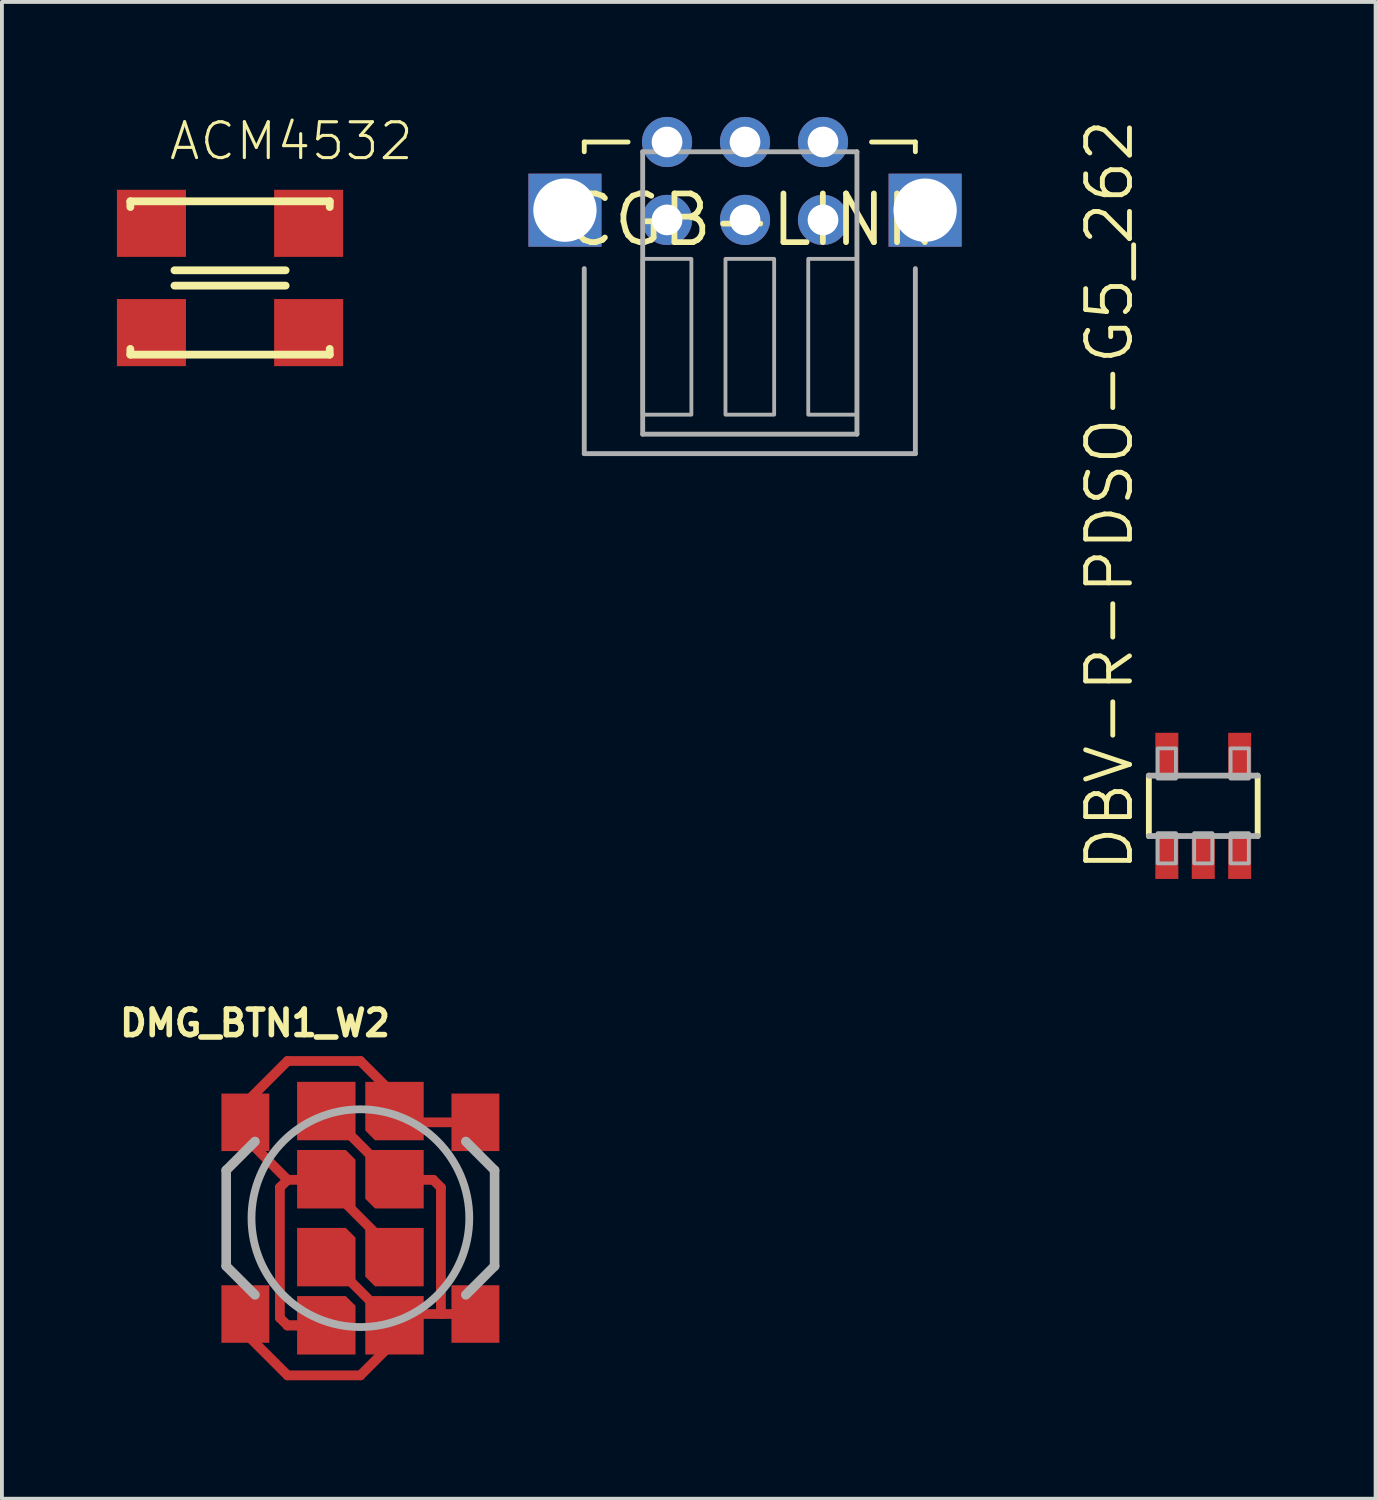
<source format=kicad_pcb>
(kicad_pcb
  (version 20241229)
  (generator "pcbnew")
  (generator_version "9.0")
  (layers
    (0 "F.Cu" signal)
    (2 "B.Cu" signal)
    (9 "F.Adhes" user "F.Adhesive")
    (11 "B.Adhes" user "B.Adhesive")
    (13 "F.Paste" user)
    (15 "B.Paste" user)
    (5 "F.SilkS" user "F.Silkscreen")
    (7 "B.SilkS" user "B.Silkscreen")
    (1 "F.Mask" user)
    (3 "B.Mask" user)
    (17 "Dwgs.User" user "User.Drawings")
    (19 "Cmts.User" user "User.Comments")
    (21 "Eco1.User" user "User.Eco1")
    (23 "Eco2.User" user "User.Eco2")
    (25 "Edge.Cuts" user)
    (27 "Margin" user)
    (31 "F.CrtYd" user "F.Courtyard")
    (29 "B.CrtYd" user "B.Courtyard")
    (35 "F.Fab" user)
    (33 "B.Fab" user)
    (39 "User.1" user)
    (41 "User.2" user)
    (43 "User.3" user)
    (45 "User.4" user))
  (footprint "DMG_BTN1_W2"
    (layer "F.Cu")
    (at 6.35 28.723)
    (property "Reference" "DMG_BTN1_W2" (at -6.35 -4.699 0) (unlocked yes) (layer "F.SilkS") (effects (font (size 0.666 0.666) (thickness 0.146)) (justify left bottom)))
    (fp_line (start -3.25 2.75) (end -1.9 4.1) (stroke (width 0.254) (type solid)) (layer "F.Cu"))
    (fp_line (start -3 -3) (end -3 -2.9) (stroke (width 0.254) (type solid)) (layer "F.Cu"))
    (fp_line (start -2.9 -2) (end -3 -2) (stroke (width 0.254) (type solid)) (layer "F.Cu"))
    (fp_line (start -2.1 -0.8) (end -1.9 -1) (stroke (width 0.254) (type solid)) (layer "F.Cu"))
    (fp_line (start -2.1 2.6) (end -2.1 -0.8) (stroke (width 0.254) (type solid)) (layer "F.Cu"))
    (fp_line (start -1.9 -4.1) (end -3 -3) (stroke (width 0.254) (type solid)) (layer "F.Cu"))
    (fp_line (start -1.9 -4.1) (end 0 -4.1) (stroke (width 0.254) (type solid)) (layer "F.Cu"))
    (fp_line (start -1.9 -1) (end -2.9 -2) (stroke (width 0.254) (type solid)) (layer "F.Cu"))
    (fp_line (start -1.9 -1) (end -1 -1) (stroke (width 0.254) (type solid)) (layer "F.Cu"))
    (fp_line (start -1.9 2.8) (end -2.1 2.6) (stroke (width 0.254) (type solid)) (layer "F.Cu"))
    (fp_line (start -1.9 4.1) (end 0 4.1) (stroke (width 0.254) (type solid)) (layer "F.Cu"))
    (fp_line (start -1.397 2.794) (end -1.905 2.794) (stroke (width 0.254) (type solid)) (layer "F.Cu"))
    (fp_line (start -0.9 2.8) (end -1.9 2.8) (stroke (width 0.254) (type solid)) (layer "F.Cu"))
    (fp_line (start 0 -4.1) (end 1.1 -3) (stroke (width 0.254) (type solid)) (layer "F.Cu"))
    (fp_line (start 0 4.1) (end 0.9 3.2) (stroke (width 0.254) (type solid)) (layer "F.Cu"))
    (fp_line (start 0.33 0.33) (end -0.432 -0.432) (stroke (width 0.254) (type solid)) (layer "F.Cu"))
    (fp_line (start 0.381 -1.524) (end -0.381 -2.286) (stroke (width 0.254) (type solid)) (layer "F.Cu"))
    (fp_line (start 0.381 2.286) (end -0.381 1.524) (stroke (width 0.254) (type solid)) (layer "F.Cu"))
    (fp_line (start 0.9 3.2) (end 0.9 2.8) (stroke (width 0.254) (type solid)) (layer "F.Cu"))
    (fp_line (start 1 3.25) (end 1 3) (stroke (width 0.254) (type solid)) (layer "F.Cu"))
    (fp_line (start 1.9 -1) (end 0.9 -1) (stroke (width 0.254) (type solid)) (layer "F.Cu"))
    (fp_line (start 2.1 -0.8) (end 1.9 -1) (stroke (width 0.254) (type solid)) (layer "F.Cu"))
    (fp_line (start 2.1 -0.8) (end 2.1 2.5) (stroke (width 0.254) (type solid)) (layer "F.Cu"))
    (fp_line (start 2.1 2.5) (end 1.2 2.5) (stroke (width 0.254) (type solid)) (layer "F.Cu"))
    (fp_line (start 2.1 2.5) (end 3 2.5) (stroke (width 0.254) (type solid)) (layer "F.Cu"))
    (fp_line (start 3 -2.5) (end 0.9 -2.5) (stroke (width 0.254) (type solid)) (layer "F.Cu"))
    (fp_poly (pts (xy -3.625 3.25) (xy -2.375 3.25) (xy -2.375 1.75) (xy -3.625 1.75)) (stroke (width 0) (type default)) (fill yes) (layer "F.Cu"))
    (fp_poly (pts (xy -0.127 -2.032) (xy -0.127 -3.556) (xy -1.651 -3.556) (xy -1.651 -2.032)) (stroke (width 0) (type default)) (fill yes) (layer "F.Cu"))
    (fp_poly (pts (xy 1.651 3.556) (xy 1.651 2.032) (xy 0.127 2.032) (xy 0.127 3.556)) (stroke (width 0) (type default)) (fill yes) (layer "F.Cu"))
    (fp_poly (pts (xy -0.127 -1.524) (xy -0.127 -0.254) (xy -1.651 -0.254) (xy -1.651 -1.778) (xy -0.381 -1.778)) (stroke (width 0) (type default)) (fill yes) (layer "F.Cu"))
    (fp_poly (pts (xy -0.127 0.508) (xy -0.127 1.778) (xy -1.651 1.778) (xy -1.651 0.254) (xy -0.381 0.254)) (stroke (width 0) (type default)) (fill yes) (layer "F.Cu"))
    (fp_poly (pts (xy -0.127 2.286) (xy -0.127 3.556) (xy -1.651 3.556) (xy -1.651 2.032) (xy -0.381 2.032)) (stroke (width 0) (type default)) (fill yes) (layer "F.Cu"))
    (fp_poly (pts (xy 1.651 -2.032) (xy 0.381 -2.032) (xy 0.127 -2.286) (xy 0.127 -3.556) (xy 1.651 -3.556)) (stroke (width 0) (type default)) (fill yes) (layer "F.Cu"))
    (fp_poly (pts (xy 1.651 -0.254) (xy 0.381 -0.254) (xy 0.127 -0.508) (xy 0.127 -1.778) (xy 1.651 -1.778)) (stroke (width 0) (type default)) (fill yes) (layer "F.Cu"))
    (fp_poly (pts (xy 1.651 1.778) (xy 0.381 1.778) (xy 0.127 1.524) (xy 0.127 0.254) (xy 1.651 0.254)) (stroke (width 0) (type default)) (fill yes) (layer "F.Cu"))
    (fp_poly (pts (xy -3.715 3.35) (xy -2.27 3.35) (xy -2.27 1.648) (xy -3.715 1.648)) (stroke (width 0) (type default)) (fill yes) (layer "F.Mask"))
    (fp_poly (pts (xy 1.905 3.81) (xy 1.905 -3.81) (xy -1.905 -3.81) (xy -1.905 3.81)) (stroke (width 0) (type default)) (fill yes) (layer "F.Mask"))
    (fp_line (start -3.5 -1.25) (end -3.5 1.25) (stroke (width 0.25) (type solid)) (layer "F.Fab"))
    (fp_line (start -3.5 1.25) (end -2.75 2) (stroke (width 0.25) (type solid)) (layer "F.Fab"))
    (fp_line (start -2.75 -2) (end -3.5 -1.25) (stroke (width 0.25) (type solid)) (layer "F.Fab"))
    (fp_line (start 2.75 -2) (end 3.5 -1.25) (stroke (width 0.25) (type solid)) (layer "F.Fab"))
    (fp_line (start 3.5 -1.25) (end 3.5 1.25) (stroke (width 0.25) (type solid)) (layer "F.Fab"))
    (fp_line (start 3.5 1.25) (end 2.75 2) (stroke (width 0.25) (type solid)) (layer "F.Fab"))
    (fp_circle (center 0 0) (end 2.84 0) (stroke (width 0.203) (type solid)) (fill no) (layer "F.Fab"))
    (pad "P$1" smd rect (at -3 -2.5) (size 1.25 1.5) (layers "F.Cu" "F.Mask" "F.Paste"))
    (pad "P$2" smd rect (at 0 4.07) (size 0.05 0.05) (layers "F.Cu"))
    (pad "P$3" smd rect (at 3 -2.5) (size 1.25 1.5) (layers "F.Cu" "F.Mask" "F.Paste"))
    (pad "P$4" smd rect (at 3 2.5) (size 1.25 1.5) (layers "F.Cu" "F.Mask" "F.Paste"))
    (zone (net_name "") (layer "F.Cu") (hatch edge 0.5) (connect_pads) (min_thickness 0.25) (filled_areas_thickness no) (keepout (tracks not_allowed) (vias not_allowed) (pads not_allowed) (copperpour not_allowed) (footprints allowed)) (placement (enabled no)) (fill) (polygon (pts (xy 2.35 27.223) (xy 2.35 28.723) (xy 4.35 28.723) (xy 4.35 27.223))))
    (zone (net_name "") (layer "F.Cu") (hatch edge 0.5) (connect_pads) (min_thickness 0.25) (filled_areas_thickness no) (keepout (tracks not_allowed) (vias not_allowed) (pads not_allowed) (copperpour not_allowed) (footprints allowed)) (placement (enabled no)) (fill) (polygon (pts (xy 2.35 28.723) (xy 2.35 30.223) (xy 4.35 30.223) (xy 4.35 28.723))))
    (zone (net_name "") (layer "F.Cu") (hatch edge 0.5) (connect_pads) (min_thickness 0.25) (filled_areas_thickness no) (keepout (tracks not_allowed) (vias not_allowed) (pads not_allowed) (copperpour not_allowed) (footprints allowed)) (placement (enabled no)) (fill) (polygon (pts (xy 2.85 25.623) (xy 9.85 25.623) (xy 9.85 31.823) (xy 2.85 31.823))))
    (zone (net_name "") (layer "F.Cu") (hatch edge 0.5) (connect_pads) (min_thickness 0.25) (filled_areas_thickness no) (keepout (tracks not_allowed) (vias not_allowed) (pads not_allowed) (copperpour not_allowed) (footprints allowed)) (placement (enabled no)) (fill) (polygon (pts (xy 8.35 27.223) (xy 8.35 28.723) (xy 10.35 28.723) (xy 10.35 27.223))))
    (zone (net_name "") (layer "F.Cu") (hatch edge 0.5) (connect_pads) (min_thickness 0.25) (filled_areas_thickness no) (keepout (tracks not_allowed) (vias not_allowed) (pads not_allowed) (copperpour not_allowed) (footprints allowed)) (placement (enabled no)) (fill) (polygon (pts (xy 8.35 28.723) (xy 8.35 30.223) (xy 10.35 30.223) (xy 10.35 28.723))))
    (zone (net_name "") (layer "F.Cu") (hatch edge 0.5) (connect_pads) (min_thickness 0.25) (filled_areas_thickness no) (keepout (tracks not_allowed) (vias not_allowed) (pads not_allowed) (copperpour not_allowed) (footprints allowed)) (placement (enabled no)) (fill) (polygon (pts (xy 2.54 26.183) (xy 2.54 25.294) (xy 10.16 25.294) (xy 10.16 32.152) (xy 2.54 32.152))))
    (zone (net_name "") (layer "F.Cu") (hatch edge 0.5) (connect_pads) (min_thickness 0.25) (filled_areas_thickness no) (keepout (tracks not_allowed) (vias not_allowed) (pads not_allowed) (copperpour not_allowed) (footprints allowed)) (placement (enabled no)) (fill) (polygon (pts (xy 2.54 26.183) (xy 4.318 24.405) (xy 8.382 24.405) (xy 10.16 26.183) (xy 10.16 27.453) (xy 2.54 27.453))))
    (zone (net_name "") (layer "F.Cu") (hatch edge 0.5) (connect_pads) (min_thickness 0.25) (filled_areas_thickness no) (keepout (tracks not_allowed) (vias not_allowed) (pads not_allowed) (copperpour not_allowed) (footprints allowed)) (placement (enabled no)) (fill) (polygon (pts (xy 10.16 31.263) (xy 8.382 33.041) (xy 4.318 33.041) (xy 2.54 31.263) (xy 2.54 29.993) (xy 10.16 29.993)))))
  (footprint "ACM4532"
    (layer "F.Cu")
    (at 2.95 4.2)
    (property "Reference" "ACM4532" (at -1.639 -3.021 0) (unlocked yes) (layer "F.SilkS") (effects (font (size 0.935 0.935) (thickness 0.081)) (justify left bottom)))
    (fp_line (start -2.6 -2) (end 2.6 -2) (stroke (width 0.203) (type solid)) (layer "F.SilkS"))
    (fp_line (start -2.6 -1.85) (end -2.6 -2) (stroke (width 0.203) (type solid)) (layer "F.SilkS"))
    (fp_line (start -2.6 2) (end -2.6 1.85) (stroke (width 0.203) (type solid)) (layer "F.SilkS"))
    (fp_line (start -1.45 -0.2) (end 1.45 -0.2) (stroke (width 0.203) (type solid)) (layer "F.SilkS"))
    (fp_line (start 1.45 0.2) (end -1.45 0.2) (stroke (width 0.203) (type solid)) (layer "F.SilkS"))
    (fp_line (start 2.6 -2) (end 2.6 -1.85) (stroke (width 0.203) (type solid)) (layer "F.SilkS"))
    (fp_line (start 2.6 1.85) (end 2.6 2) (stroke (width 0.203) (type solid)) (layer "F.SilkS"))
    (fp_line (start 2.6 2) (end -2.6 2) (stroke (width 0.203) (type solid)) (layer "F.SilkS"))
    (pad "1" smd rect (at -2.05 -1.425) (size 1.8 1.75) (layers "F.Cu" "F.Mask" "F.Paste"))
    (pad "2" smd rect (at -2.05 1.425) (size 1.8 1.75) (layers "F.Cu" "F.Mask" "F.Paste"))
    (pad "3" smd rect (at 2.05 1.425) (size 1.8 1.75) (layers "F.Cu" "F.Mask" "F.Paste"))
    (pad "4" smd rect (at 2.05 -1.425) (size 1.8 1.75) (layers "F.Cu" "F.Mask" "F.Paste")))
  (footprint "CGB-LINK"
    (layer "F.Cu")
    (at 16.507 2.686)
    (property "Reference" "CGB-LINK" (at 0 0 0) (layer "F.SilkS") (effects (font (size 1.27 1.27) (thickness 0.15))))
    (fp_line (start -4.318 -1.778) (end -4.318 -2.032) (stroke (width 0.127) (type solid)) (layer "F.SilkS"))
    (fp_line (start -3.175 -2.032) (end -4.318 -2.032) (stroke (width 0.127) (type solid)) (layer "F.SilkS"))
    (fp_line (start 4.318 -2.032) (end 3.175 -2.032) (stroke (width 0.127) (type solid)) (layer "F.SilkS"))
    (fp_line (start 4.318 -1.778) (end 4.318 -2.032) (stroke (width 0.127) (type solid)) (layer "F.SilkS"))
    (fp_line (start -4.318 6.096) (end -4.318 1.27) (stroke (width 0.127) (type solid)) (layer "F.Fab"))
    (fp_line (start -4.318 6.096) (end 4.318 6.096) (stroke (width 0.127) (type solid)) (layer "F.Fab"))
    (fp_line (start -2.794 -1.778) (end -2.794 5.588) (stroke (width 0.127) (type solid)) (layer "F.Fab"))
    (fp_line (start -2.794 -1.778) (end 2.794 -1.778) (stroke (width 0.127) (type solid)) (layer "F.Fab"))
    (fp_line (start -2.794 5.588) (end 2.794 5.588) (stroke (width 0.127) (type solid)) (layer "F.Fab"))
    (fp_line (start 2.794 5.588) (end 2.794 -1.778) (stroke (width 0.127) (type solid)) (layer "F.Fab"))
    (fp_line (start 4.318 6.096) (end 4.318 1.27) (stroke (width 0.127) (type solid)) (layer "F.Fab"))
    (fp_poly (pts (xy -2.794 5.08) (xy -1.524 5.08) (xy -1.524 1.016) (xy -2.794 1.016)) (stroke (width 0.1) (type default)) (fill no) (layer "F.Fab"))
    (fp_poly (pts (xy -0.635 5.08) (xy 0.635 5.08) (xy 0.635 1.016) (xy -0.635 1.016)) (stroke (width 0.1) (type default)) (fill no) (layer "F.Fab"))
    (fp_poly (pts (xy 1.524 5.08) (xy 2.794 5.08) (xy 2.794 1.016) (xy 1.524 1.016)) (stroke (width 0.1) (type default)) (fill no) (layer "F.Fab"))
    (pad "+5V" thru_hole circle (at 1.909 -2.032 270) (size 1.308 1.308) (drill 0.8) (layers "*.Cu" "*.Mask"))
    (pad "CLK" thru_hole circle (at -2.159 -2.032 270) (size 1.308 1.308) (drill 0.8) (layers "*.Cu" "*.Mask"))
    (pad "GND" thru_hole circle (at -2.159 0 270) (size 1.308 1.308) (drill 0.8) (layers "*.Cu" "*.Mask"))
    (pad "IN" thru_hole circle (at -0.125 -2.032 270) (size 1.308 1.308) (drill 0.8) (layers "*.Cu" "*.Mask"))
    (pad "OUT" thru_hole circle (at 1.909 0 270) (size 1.308 1.308) (drill 0.8) (layers "*.Cu" "*.Mask"))
    (pad "P$7" thru_hole rect (at -4.822 -0.254 90) (size 1.905 1.905) (drill 1.651) (layers "*.Cu" "*.Mask"))
    (pad "P$10" thru_hole rect (at 4.572 -0.254 90) (size 1.905 1.905) (drill 1.651) (layers "*.Cu" "*.Mask"))
    (pad "SD" thru_hole circle (at -0.125 0 270) (size 1.308 1.308) (drill 0.8) (layers "*.Cu" "*.Mask")))
  (footprint "DBV-R-PDSO-G5_262"
    (layer "F.Cu")
    (at 28.334 17.969)
    (property "Reference" "DBV-R-PDSO-G5_262" (at -1.778 1.778 90) (unlocked yes) (layer "F.SilkS") (effects (font (size 1.143 1.143) (thickness 0.127)) (justify left bottom)))
    (fp_poly (pts (xy -1.3 -0.675) (xy -0.6 -0.675) (xy -0.6 -1.95) (xy -1.3 -1.95)) (stroke (width 0) (type default)) (fill yes) (layer "F.Mask"))
    (fp_poly (pts (xy -0.6 0.675) (xy -1.3 0.675) (xy -1.3 1.95) (xy -0.6 1.95)) (stroke (width 0) (type default)) (fill yes) (layer "F.Mask"))
    (fp_poly (pts (xy 0.35 0.675) (xy -0.35 0.675) (xy -0.35 1.95) (xy 0.35 1.95)) (stroke (width 0) (type default)) (fill yes) (layer "F.Mask"))
    (fp_poly (pts (xy 0.6 -0.675) (xy 1.3 -0.675) (xy 1.3 -1.95) (xy 0.6 -1.95)) (stroke (width 0) (type default)) (fill yes) (layer "F.Mask"))
    (fp_poly (pts (xy 1.3 0.675) (xy 0.6 0.675) (xy 0.6 1.95) (xy 1.3 1.95)) (stroke (width 0) (type default)) (fill yes) (layer "F.Mask"))
    (fp_line (start -1.419 0.787) (end -1.419 -0.788) (stroke (width 0.152) (type solid)) (layer "F.SilkS"))
    (fp_line (start 1.419 -0.788) (end 1.419 0.787) (stroke (width 0.152) (type solid)) (layer "F.SilkS"))
    (fp_line (start -1.419 -0.788) (end 1.419 -0.788) (stroke (width 0.152) (type solid)) (layer "F.Fab"))
    (fp_line (start 1.419 0.787) (end -1.419 0.787) (stroke (width 0.152) (type solid)) (layer "F.Fab"))
    (fp_poly (pts (xy -1.188 -0.713) (xy -0.713 -0.713) (xy -0.713 -1.5) (xy -1.188 -1.5)) (stroke (width 0.1) (type default)) (fill no) (layer "F.Fab"))
    (fp_poly (pts (xy -1.188 1.5) (xy -0.713 1.5) (xy -0.713 0.712) (xy -1.188 0.712)) (stroke (width 0.1) (type default)) (fill no) (layer "F.Fab"))
    (fp_poly (pts (xy -0.237 1.5) (xy 0.237 1.5) (xy 0.237 0.712) (xy -0.237 0.712)) (stroke (width 0.1) (type default)) (fill no) (layer "F.Fab"))
    (fp_poly (pts (xy 0.713 -0.713) (xy 1.188 -0.713) (xy 1.188 -1.5) (xy 0.713 -1.5)) (stroke (width 0.1) (type default)) (fill no) (layer "F.Fab"))
    (fp_poly (pts (xy 0.713 1.5) (xy 1.188 1.5) (xy 1.188 0.712) (xy 0.713 0.712)) (stroke (width 0.1) (type default)) (fill no) (layer "F.Fab"))
    (pad "1" smd rect (at -0.95 1.306) (size 0.6 1.2) (layers "F.Cu" "F.Paste"))
    (pad "2" smd rect (at 0 1.306) (size 0.6 1.2) (layers "F.Cu" "F.Paste"))
    (pad "3" smd rect (at 0.95 1.306) (size 0.6 1.2) (layers "F.Cu" "F.Paste"))
    (pad "4" smd rect (at 0.95 -1.306) (size 0.6 1.2) (layers "F.Cu" "F.Paste"))
    (pad "5" smd rect (at -0.95 -1.306) (size 0.6 1.2) (layers "F.Cu" "F.Paste")))
  (gr_rect
    (start -3 -3)
    (end 32.829 36.041)
    (stroke (width 0.1) (type default))
    (fill no)
    (layer "Edge.Cuts")))
</source>
